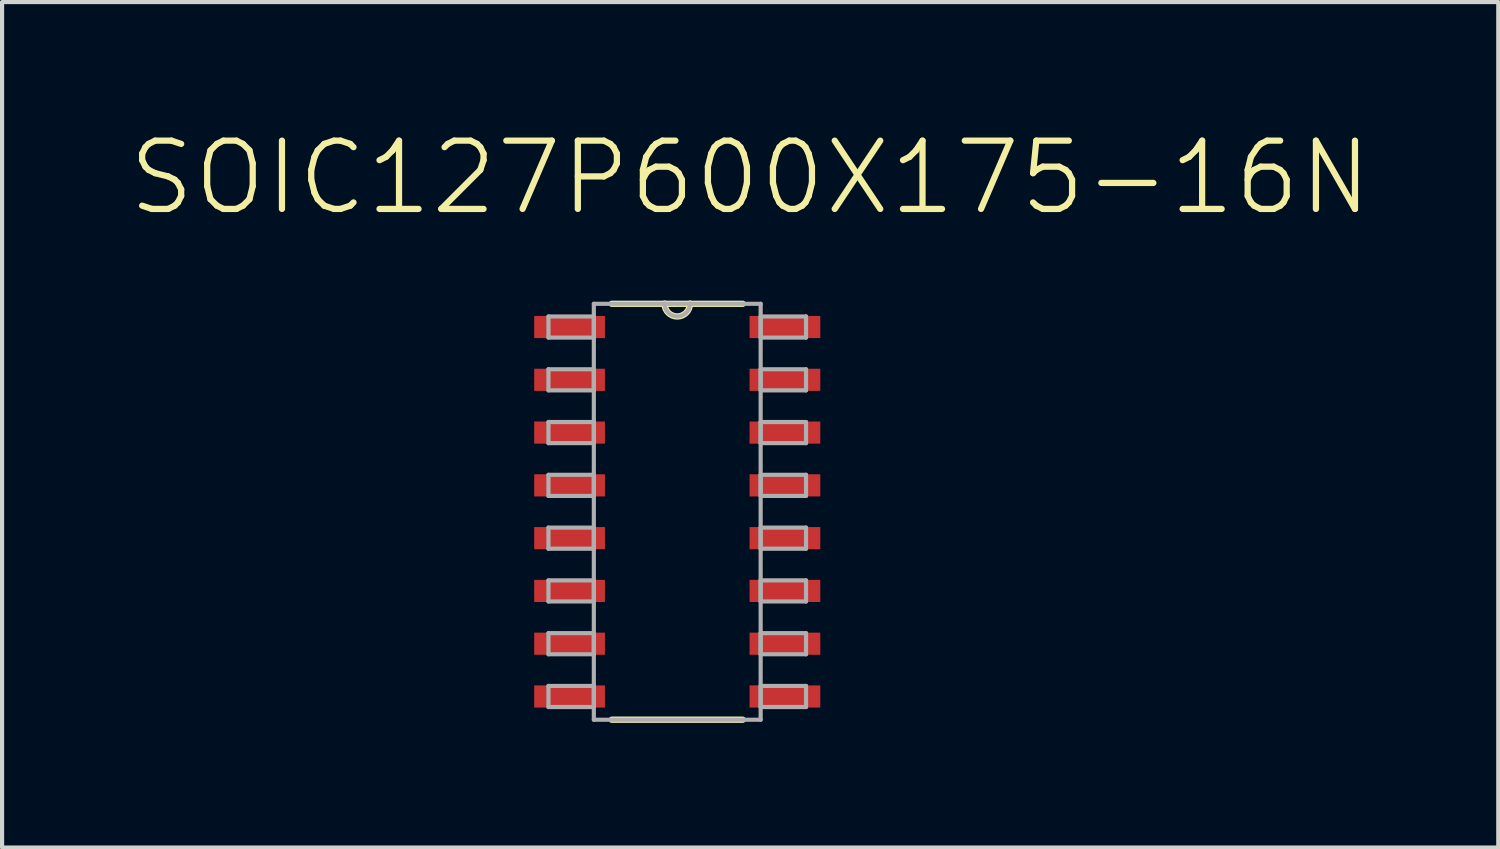
<source format=kicad_pcb>
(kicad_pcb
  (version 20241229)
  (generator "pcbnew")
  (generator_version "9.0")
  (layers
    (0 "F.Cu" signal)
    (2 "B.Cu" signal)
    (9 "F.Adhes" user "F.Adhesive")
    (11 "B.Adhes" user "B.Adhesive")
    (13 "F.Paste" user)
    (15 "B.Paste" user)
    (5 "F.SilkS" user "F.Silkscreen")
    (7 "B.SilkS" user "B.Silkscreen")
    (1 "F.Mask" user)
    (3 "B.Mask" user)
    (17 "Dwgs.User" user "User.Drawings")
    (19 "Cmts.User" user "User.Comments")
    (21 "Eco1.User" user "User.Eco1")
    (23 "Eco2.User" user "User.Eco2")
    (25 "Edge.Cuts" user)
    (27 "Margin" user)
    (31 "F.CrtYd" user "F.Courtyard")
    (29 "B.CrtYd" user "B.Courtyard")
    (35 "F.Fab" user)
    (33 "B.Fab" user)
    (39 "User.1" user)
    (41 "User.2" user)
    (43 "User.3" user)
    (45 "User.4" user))
  (footprint "SOIC127P600X175-16N"
    (layer "F.Cu")
    (at 13.246 9.264)
    (property "Reference" "SOIC127P600X175-16N" (at 1.755 -8.039 0) (layer "F.SilkS") (effects (font (size 1.643 1.643) (thickness 0.15))))
    (attr through_hole)
    (fp_line (start -1.575 5.004) (end 1.575 5.004) (stroke (width 0.152) (type solid)) (layer "F.SilkS"))
    (fp_line (start -0.305 -5.004) (end -1.575 -5.004) (stroke (width 0.152) (type solid)) (layer "F.SilkS"))
    (fp_line (start 0.305 -5.004) (end -0.305 -5.004) (stroke (width 0.152) (type solid)) (layer "F.SilkS"))
    (fp_line (start 1.575 -5.004) (end 0.305 -5.004) (stroke (width 0.152) (type solid)) (layer "F.SilkS"))
    (fp_arc (start 0.3048 -5.0038) (mid 0 -4.699) (end -0.3048 -5.0038) (stroke (width 0.1524) (type solid)) (layer "F.SilkS"))
    (fp_line (start -3.099 -4.699) (end -3.099 -4.191) (stroke (width 0.1) (type solid)) (layer "F.Fab"))
    (fp_line (start -3.099 -4.191) (end -2.007 -4.191) (stroke (width 0.1) (type solid)) (layer "F.Fab"))
    (fp_line (start -3.099 -3.429) (end -3.099 -2.921) (stroke (width 0.1) (type solid)) (layer "F.Fab"))
    (fp_line (start -3.099 -2.921) (end -2.007 -2.921) (stroke (width 0.1) (type solid)) (layer "F.Fab"))
    (fp_line (start -3.099 -2.159) (end -3.099 -1.651) (stroke (width 0.1) (type solid)) (layer "F.Fab"))
    (fp_line (start -3.099 -1.651) (end -2.007 -1.651) (stroke (width 0.1) (type solid)) (layer "F.Fab"))
    (fp_line (start -3.099 -0.889) (end -3.099 -0.381) (stroke (width 0.1) (type solid)) (layer "F.Fab"))
    (fp_line (start -3.099 -0.381) (end -2.007 -0.381) (stroke (width 0.1) (type solid)) (layer "F.Fab"))
    (fp_line (start -3.099 0.381) (end -3.099 0.889) (stroke (width 0.1) (type solid)) (layer "F.Fab"))
    (fp_line (start -3.099 0.889) (end -2.007 0.889) (stroke (width 0.1) (type solid)) (layer "F.Fab"))
    (fp_line (start -3.099 1.651) (end -3.099 2.159) (stroke (width 0.1) (type solid)) (layer "F.Fab"))
    (fp_line (start -3.099 2.159) (end -2.007 2.159) (stroke (width 0.1) (type solid)) (layer "F.Fab"))
    (fp_line (start -3.099 2.921) (end -3.099 3.429) (stroke (width 0.1) (type solid)) (layer "F.Fab"))
    (fp_line (start -3.099 3.429) (end -2.007 3.429) (stroke (width 0.1) (type solid)) (layer "F.Fab"))
    (fp_line (start -3.099 4.191) (end -3.099 4.699) (stroke (width 0.1) (type solid)) (layer "F.Fab"))
    (fp_line (start -3.099 4.699) (end -2.007 4.699) (stroke (width 0.1) (type solid)) (layer "F.Fab"))
    (fp_line (start -2.007 -5.004) (end -2.007 5.004) (stroke (width 0.1) (type solid)) (layer "F.Fab"))
    (fp_line (start -2.007 -4.699) (end -3.099 -4.699) (stroke (width 0.1) (type solid)) (layer "F.Fab"))
    (fp_line (start -2.007 -4.191) (end -2.007 -4.699) (stroke (width 0.1) (type solid)) (layer "F.Fab"))
    (fp_line (start -2.007 -3.429) (end -3.099 -3.429) (stroke (width 0.1) (type solid)) (layer "F.Fab"))
    (fp_line (start -2.007 -2.921) (end -2.007 -3.429) (stroke (width 0.1) (type solid)) (layer "F.Fab"))
    (fp_line (start -2.007 -2.159) (end -3.099 -2.159) (stroke (width 0.1) (type solid)) (layer "F.Fab"))
    (fp_line (start -2.007 -1.651) (end -2.007 -2.159) (stroke (width 0.1) (type solid)) (layer "F.Fab"))
    (fp_line (start -2.007 -0.889) (end -3.099 -0.889) (stroke (width 0.1) (type solid)) (layer "F.Fab"))
    (fp_line (start -2.007 -0.381) (end -2.007 -0.889) (stroke (width 0.1) (type solid)) (layer "F.Fab"))
    (fp_line (start -2.007 0.381) (end -3.099 0.381) (stroke (width 0.1) (type solid)) (layer "F.Fab"))
    (fp_line (start -2.007 0.889) (end -2.007 0.381) (stroke (width 0.1) (type solid)) (layer "F.Fab"))
    (fp_line (start -2.007 1.651) (end -3.099 1.651) (stroke (width 0.1) (type solid)) (layer "F.Fab"))
    (fp_line (start -2.007 2.159) (end -2.007 1.651) (stroke (width 0.1) (type solid)) (layer "F.Fab"))
    (fp_line (start -2.007 2.921) (end -3.099 2.921) (stroke (width 0.1) (type solid)) (layer "F.Fab"))
    (fp_line (start -2.007 3.429) (end -2.007 2.921) (stroke (width 0.1) (type solid)) (layer "F.Fab"))
    (fp_line (start -2.007 4.191) (end -3.099 4.191) (stroke (width 0.1) (type solid)) (layer "F.Fab"))
    (fp_line (start -2.007 4.699) (end -2.007 4.191) (stroke (width 0.1) (type solid)) (layer "F.Fab"))
    (fp_line (start -2.007 5.004) (end 2.007 5.004) (stroke (width 0.1) (type solid)) (layer "F.Fab"))
    (fp_line (start -0.305 -5.004) (end -2.007 -5.004) (stroke (width 0.1) (type solid)) (layer "F.Fab"))
    (fp_line (start 0.305 -5.004) (end -0.305 -5.004) (stroke (width 0.1) (type solid)) (layer "F.Fab"))
    (fp_line (start 2.007 -5.004) (end 0.305 -5.004) (stroke (width 0.1) (type solid)) (layer "F.Fab"))
    (fp_line (start 2.007 -4.699) (end 2.007 -4.191) (stroke (width 0.1) (type solid)) (layer "F.Fab"))
    (fp_line (start 2.007 -4.191) (end 3.099 -4.191) (stroke (width 0.1) (type solid)) (layer "F.Fab"))
    (fp_line (start 2.007 -3.429) (end 2.007 -2.921) (stroke (width 0.1) (type solid)) (layer "F.Fab"))
    (fp_line (start 2.007 -2.921) (end 3.099 -2.921) (stroke (width 0.1) (type solid)) (layer "F.Fab"))
    (fp_line (start 2.007 -2.159) (end 2.007 -1.651) (stroke (width 0.1) (type solid)) (layer "F.Fab"))
    (fp_line (start 2.007 -1.651) (end 3.099 -1.651) (stroke (width 0.1) (type solid)) (layer "F.Fab"))
    (fp_line (start 2.007 -0.889) (end 2.007 -0.381) (stroke (width 0.1) (type solid)) (layer "F.Fab"))
    (fp_line (start 2.007 -0.381) (end 3.099 -0.381) (stroke (width 0.1) (type solid)) (layer "F.Fab"))
    (fp_line (start 2.007 0.381) (end 2.007 0.889) (stroke (width 0.1) (type solid)) (layer "F.Fab"))
    (fp_line (start 2.007 0.889) (end 3.099 0.889) (stroke (width 0.1) (type solid)) (layer "F.Fab"))
    (fp_line (start 2.007 1.651) (end 2.007 2.159) (stroke (width 0.1) (type solid)) (layer "F.Fab"))
    (fp_line (start 2.007 2.159) (end 3.099 2.159) (stroke (width 0.1) (type solid)) (layer "F.Fab"))
    (fp_line (start 2.007 2.921) (end 2.007 3.429) (stroke (width 0.1) (type solid)) (layer "F.Fab"))
    (fp_line (start 2.007 3.429) (end 3.099 3.429) (stroke (width 0.1) (type solid)) (layer "F.Fab"))
    (fp_line (start 2.007 4.191) (end 2.007 4.699) (stroke (width 0.1) (type solid)) (layer "F.Fab"))
    (fp_line (start 2.007 4.699) (end 3.099 4.699) (stroke (width 0.1) (type solid)) (layer "F.Fab"))
    (fp_line (start 2.007 5.004) (end 2.007 -5.004) (stroke (width 0.1) (type solid)) (layer "F.Fab"))
    (fp_line (start 3.099 -4.699) (end 2.007 -4.699) (stroke (width 0.1) (type solid)) (layer "F.Fab"))
    (fp_line (start 3.099 -4.191) (end 3.099 -4.699) (stroke (width 0.1) (type solid)) (layer "F.Fab"))
    (fp_line (start 3.099 -3.429) (end 2.007 -3.429) (stroke (width 0.1) (type solid)) (layer "F.Fab"))
    (fp_line (start 3.099 -2.921) (end 3.099 -3.429) (stroke (width 0.1) (type solid)) (layer "F.Fab"))
    (fp_line (start 3.099 -2.159) (end 2.007 -2.159) (stroke (width 0.1) (type solid)) (layer "F.Fab"))
    (fp_line (start 3.099 -1.651) (end 3.099 -2.159) (stroke (width 0.1) (type solid)) (layer "F.Fab"))
    (fp_line (start 3.099 -0.889) (end 2.007 -0.889) (stroke (width 0.1) (type solid)) (layer "F.Fab"))
    (fp_line (start 3.099 -0.381) (end 3.099 -0.889) (stroke (width 0.1) (type solid)) (layer "F.Fab"))
    (fp_line (start 3.099 0.381) (end 2.007 0.381) (stroke (width 0.1) (type solid)) (layer "F.Fab"))
    (fp_line (start 3.099 0.889) (end 3.099 0.381) (stroke (width 0.1) (type solid)) (layer "F.Fab"))
    (fp_line (start 3.099 1.651) (end 2.007 1.651) (stroke (width 0.1) (type solid)) (layer "F.Fab"))
    (fp_line (start 3.099 2.159) (end 3.099 1.651) (stroke (width 0.1) (type solid)) (layer "F.Fab"))
    (fp_line (start 3.099 2.921) (end 2.007 2.921) (stroke (width 0.1) (type solid)) (layer "F.Fab"))
    (fp_line (start 3.099 3.429) (end 3.099 2.921) (stroke (width 0.1) (type solid)) (layer "F.Fab"))
    (fp_line (start 3.099 4.191) (end 2.007 4.191) (stroke (width 0.1) (type solid)) (layer "F.Fab"))
    (fp_line (start 3.099 4.699) (end 3.099 4.191) (stroke (width 0.1) (type solid)) (layer "F.Fab"))
    (fp_arc (start 0.3048 -5.0038) (mid 0 -4.699) (end -0.3048 -5.0038) (stroke (width 0.1) (type solid)) (layer "F.Fab"))
    (pad "1" smd rect (at -2.591 -4.445) (size 1.702 0.533) (layers "F.Cu" "F.Mask" "F.Paste"))
    (pad "2" smd rect (at -2.591 -3.175) (size 1.702 0.533) (layers "F.Cu" "F.Mask" "F.Paste"))
    (pad "3" smd rect (at -2.591 -1.905) (size 1.702 0.533) (layers "F.Cu" "F.Mask" "F.Paste"))
    (pad "4" smd rect (at -2.591 -0.635) (size 1.702 0.533) (layers "F.Cu" "F.Mask" "F.Paste"))
    (pad "5" smd rect (at -2.591 0.635) (size 1.702 0.533) (layers "F.Cu" "F.Mask" "F.Paste"))
    (pad "6" smd rect (at -2.591 1.905) (size 1.702 0.533) (layers "F.Cu" "F.Mask" "F.Paste"))
    (pad "7" smd rect (at -2.591 3.175) (size 1.702 0.533) (layers "F.Cu" "F.Mask" "F.Paste"))
    (pad "8" smd rect (at -2.591 4.445) (size 1.702 0.533) (layers "F.Cu" "F.Mask" "F.Paste"))
    (pad "9" smd rect (at 2.591 4.445) (size 1.702 0.533) (layers "F.Cu" "F.Mask" "F.Paste"))
    (pad "10" smd rect (at 2.591 3.175) (size 1.702 0.533) (layers "F.Cu" "F.Mask" "F.Paste"))
    (pad "11" smd rect (at 2.591 1.905) (size 1.702 0.533) (layers "F.Cu" "F.Mask" "F.Paste"))
    (pad "12" smd rect (at 2.591 0.635) (size 1.702 0.533) (layers "F.Cu" "F.Mask" "F.Paste"))
    (pad "13" smd rect (at 2.591 -0.635) (size 1.702 0.533) (layers "F.Cu" "F.Mask" "F.Paste"))
    (pad "14" smd rect (at 2.591 -1.905) (size 1.702 0.533) (layers "F.Cu" "F.Mask" "F.Paste"))
    (pad "15" smd rect (at 2.591 -3.175) (size 1.702 0.533) (layers "F.Cu" "F.Mask" "F.Paste"))
    (pad "16" smd rect (at 2.591 -4.445) (size 1.702 0.533) (layers "F.Cu" "F.Mask" "F.Paste")))
  (gr_rect
    (start -3 -3)
    (end 33.002 17.344)
    (stroke (width 0.1) (type default))
    (fill no)
    (layer "Edge.Cuts")))
</source>
